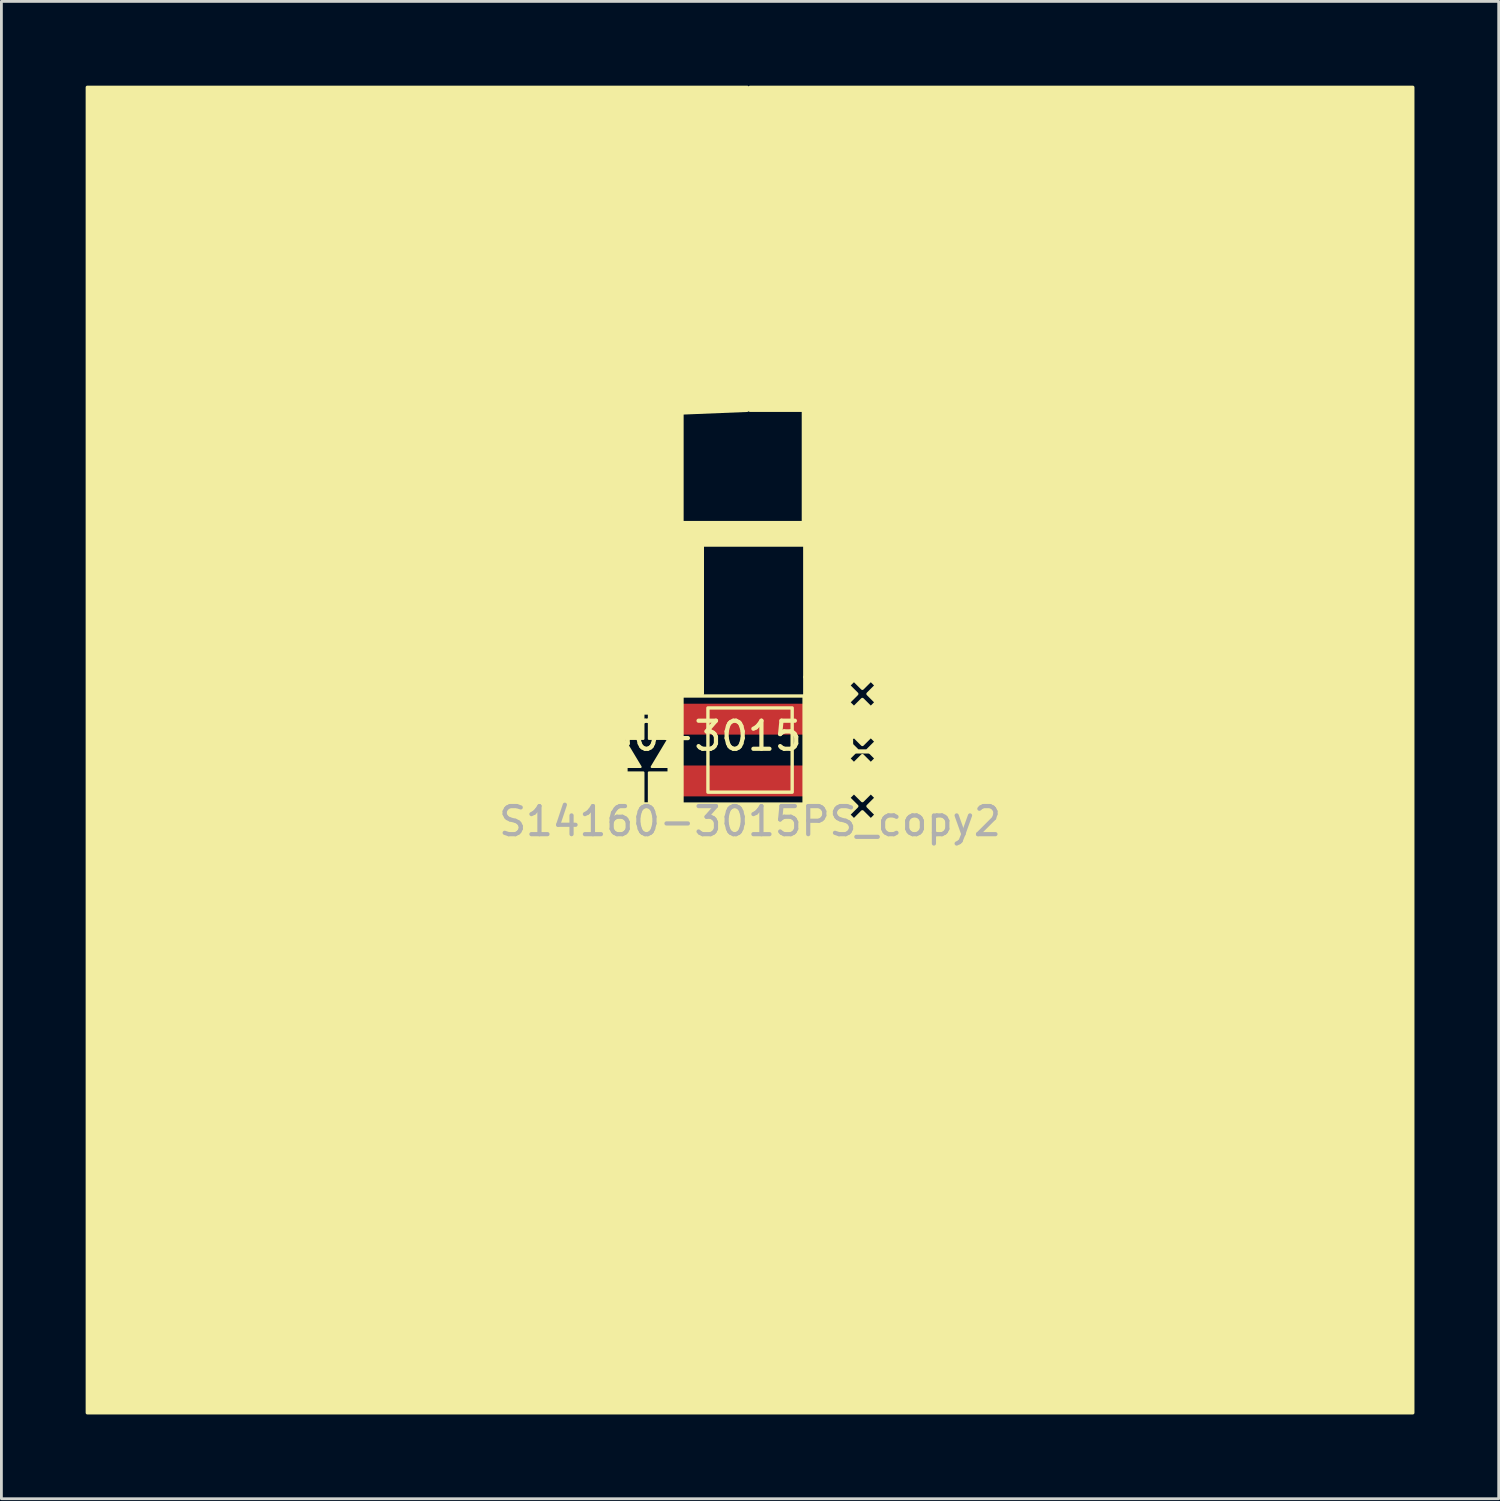
<source format=kicad_pcb>
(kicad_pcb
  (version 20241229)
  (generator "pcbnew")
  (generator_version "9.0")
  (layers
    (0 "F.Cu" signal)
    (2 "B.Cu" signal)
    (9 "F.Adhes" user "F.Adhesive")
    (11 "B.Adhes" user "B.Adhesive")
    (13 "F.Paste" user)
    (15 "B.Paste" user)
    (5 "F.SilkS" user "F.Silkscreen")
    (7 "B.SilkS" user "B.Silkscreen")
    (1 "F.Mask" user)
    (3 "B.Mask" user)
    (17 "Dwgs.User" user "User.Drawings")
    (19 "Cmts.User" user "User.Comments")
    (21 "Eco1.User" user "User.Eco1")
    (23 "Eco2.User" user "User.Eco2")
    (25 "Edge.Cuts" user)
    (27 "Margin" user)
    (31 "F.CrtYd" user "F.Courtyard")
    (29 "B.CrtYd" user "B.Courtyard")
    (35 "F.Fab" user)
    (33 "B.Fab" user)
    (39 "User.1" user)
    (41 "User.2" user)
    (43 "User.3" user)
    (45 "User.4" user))
  (footprint "S14160-3015PS_copy2"
    (layer "F.Cu")
    (at 23.66 23.66)
    (property "Reference" "S14160-3015PS_copy2" (at 0 -0.5 0) (unlocked yes) (layer "F.SilkS") (effects (font (size 1 1) (thickness 0.15))))
    (attr smd)
    (fp_line (start -18.42 0) (end -9.2 -15.94) (stroke (width 0.12) (type solid)) (layer "F.SilkS"))
    (fp_line (start -9.2 -15.94) (end 9.2 -15.94) (stroke (width 0.12) (type solid)) (layer "F.SilkS"))
    (fp_line (start -9.2 15.94) (end -18.42 0) (stroke (width 0.12) (type solid)) (layer "F.SilkS"))
    (fp_line (start -9.2 15.94) (end 9.2 15.94) (stroke (width 0.12) (type solid)) (layer "F.SilkS"))
    (fp_line (start -2.425 1.925) (end -2.425 -1.925) (stroke (width 0.12) (type solid)) (layer "F.SilkS"))
    (fp_line (start -2.425 1.925) (end 1.925 1.925) (stroke (width 0.12) (type solid)) (layer "F.SilkS"))
    (fp_line (start 1.925 -1.925) (end -2.425 -1.925) (stroke (width 0.12) (type solid)) (layer "F.SilkS"))
    (fp_line (start 1.925 -1.925) (end 1.925 1.925) (stroke (width 0.12) (type solid)) (layer "F.SilkS"))
    (fp_line (start 9.2 15.94) (end 18.42 0) (stroke (width 0.12) (type solid)) (layer "F.SilkS"))
    (fp_line (start 18.42 0) (end 9.2 -15.94) (stroke (width 0.12) (type solid)) (layer "F.SilkS"))
    (fp_rect (start -4.975 1.975) (end 1.1 5.525) (stroke (width 0.12) (type solid)) (fill yes) (layer "F.SilkS"))
    (fp_rect (start -2.425 -8.1) (end 4.6 -7.3) (stroke (width 0.12) (type solid)) (fill yes) (layer "F.SilkS"))
    (fp_rect (start -2.425 -1.925) (end -5 -12.1) (stroke (width 0.12) (type solid)) (fill yes) (layer "F.SilkS"))
    (fp_rect (start -1.7 -2) (end -2.425 -7.3) (stroke (width 0.12) (type solid)) (fill yes) (layer "F.SilkS"))
    (fp_rect (start -1.5 -1.5) (end 1.5 1.5) (stroke (width 0.12) (type solid)) (fill no) (layer "F.SilkS"))
    (fp_rect (start 1.1 2) (end 1.95 2.575) (stroke (width 0.12) (type solid)) (fill yes) (layer "F.SilkS"))
    (fp_rect (start 1.1 5.525) (end 4.6 2.575) (stroke (width 0.12) (type solid)) (fill yes) (layer "F.SilkS"))
    (fp_rect (start 3.375 2.575) (end 1.95 -2.6) (stroke (width 0.12) (type solid)) (fill yes) (layer "F.SilkS"))
    (fp_rect (start 4.6 -7.3) (end 1.95 -2.6) (stroke (width 0.12) (type solid)) (fill yes) (layer "F.SilkS"))
    (fp_rect (start 4.6 -0.625) (end 3.375 -1.4) (stroke (width 0.12) (type solid)) (fill yes) (layer "F.SilkS"))
    (fp_rect (start 4.6 0.6) (end 3.375 1.4) (stroke (width 0.12) (type solid)) (fill yes) (layer "F.SilkS"))
    (fp_poly (pts (xy -0.1 -12.1) (xy -5 -11.9) (xy -4.975 5.2) (xy 4.6 5.3) (xy 4.6 -8.1) (xy 1.9 -8.125) (xy 1.9 -12.1) (xy 0 -12.1) (xy 0 -23.6) (xy 23.6 -23.6) (xy 23.6 23.6) (xy -23.6 23.6) (xy -23.6 -23.6) (xy -0.1 -23.6)) (stroke (width 0.12) (type solid)) (fill yes) (layer "F.SilkS"))
    (fp_poly (pts (xy 4.6 -1.4) (xy 3.7 -1.4) (xy 3.7 -1.5) (xy 4 -1.8) (xy 4.3 -1.5) (xy 4.5 -1.7) (xy 4.2 -2) (xy 4.5 -2.3) (xy 4.3 -2.5) (xy 4 -2.2) (xy 3.7 -2.5) (xy 3.5 -2.3) (xy 3.8 -2) (xy 3.5 -1.7) (xy 3.65 -1.55) (xy 3.675 -1.4) (xy 3.4 -1.4) (xy 3.4 -2.6) (xy 4.6 -2.6)) (stroke (width 0.12) (type solid)) (fill yes) (layer "F.SilkS"))
    (fp_poly (pts (xy 4.6 0.6) (xy 3.7 0.6) (xy 3.7 0.5) (xy 4 0.2) (xy 4.3 0.5) (xy 4.5 0.3) (xy 4.2 0) (xy 4.5 -0.3) (xy 4.3 -0.5) (xy 4 -0.2) (xy 3.7 -0.5) (xy 3.5 -0.3) (xy 3.8 0) (xy 3.5 0.3) (xy 3.65 0.45) (xy 3.675 0.6) (xy 3.4 0.6) (xy 3.4 -0.6) (xy 4.6 -0.6)) (stroke (width 0.12) (type solid)) (fill yes) (layer "F.SilkS"))
    (fp_poly (pts (xy 4.6 2.6) (xy 3.7 2.6) (xy 3.7 2.5) (xy 4 2.2) (xy 4.3 2.5) (xy 4.5 2.3) (xy 4.2 2) (xy 4.5 1.7) (xy 4.3 1.5) (xy 4 1.8) (xy 3.7 1.5) (xy 3.5 1.7) (xy 3.8 2) (xy 3.5 2.3) (xy 3.65 2.45) (xy 3.675 2.6) (xy 3.4 2.6) (xy 3.4 1.4) (xy 4.6 1.4)) (stroke (width 0.12) (type solid)) (fill yes) (layer "F.SilkS"))
    (fp_poly (pts (xy -3.65 -1.3) (xy -3.8 -1.3) (xy -3.8 -0.4) (xy -4.5 -0.4) (xy -3.9 0.6) (xy -4.4 0.6) (xy -4.4 0.8) (xy -3.8 0.8) (xy -3.8 1.9) (xy -3.6 1.9) (xy -3.6 0.8) (xy -2.9 0.8) (xy -2.9 0.6) (xy -3.5 0.6) (xy -2.9 -0.4) (xy -3.6 -0.4) (xy -3.6 -1.925) (xy -2.425 -1.925) (xy -2.425 2) (xy -5 2) (xy -5 -1.9) (xy -3.65 -1.9)) (stroke (width 0.08) (type solid)) (fill yes) (layer "F.SilkS"))
    (fp_text user "${REFERENCE}" (at 0 2.54 0) (unlocked yes) (layer "F.Fab") (effects (font (size 1 1) (thickness 0.15))))
    (pad "1" smd rect (at -0.25 -1.1) (size 4.3 1.1) (layers "F.Cu" "F.Mask" "F.Paste"))
    (pad "2" smd rect (at -0.25 1.1) (size 4.3 1.1) (layers "F.Cu" "F.Mask" "F.Paste")))
  (gr_rect
    (start -3 -3)
    (end 50.32 50.32)
    (stroke (width 0.1) (type default))
    (fill no)
    (layer "Edge.Cuts")))
</source>
